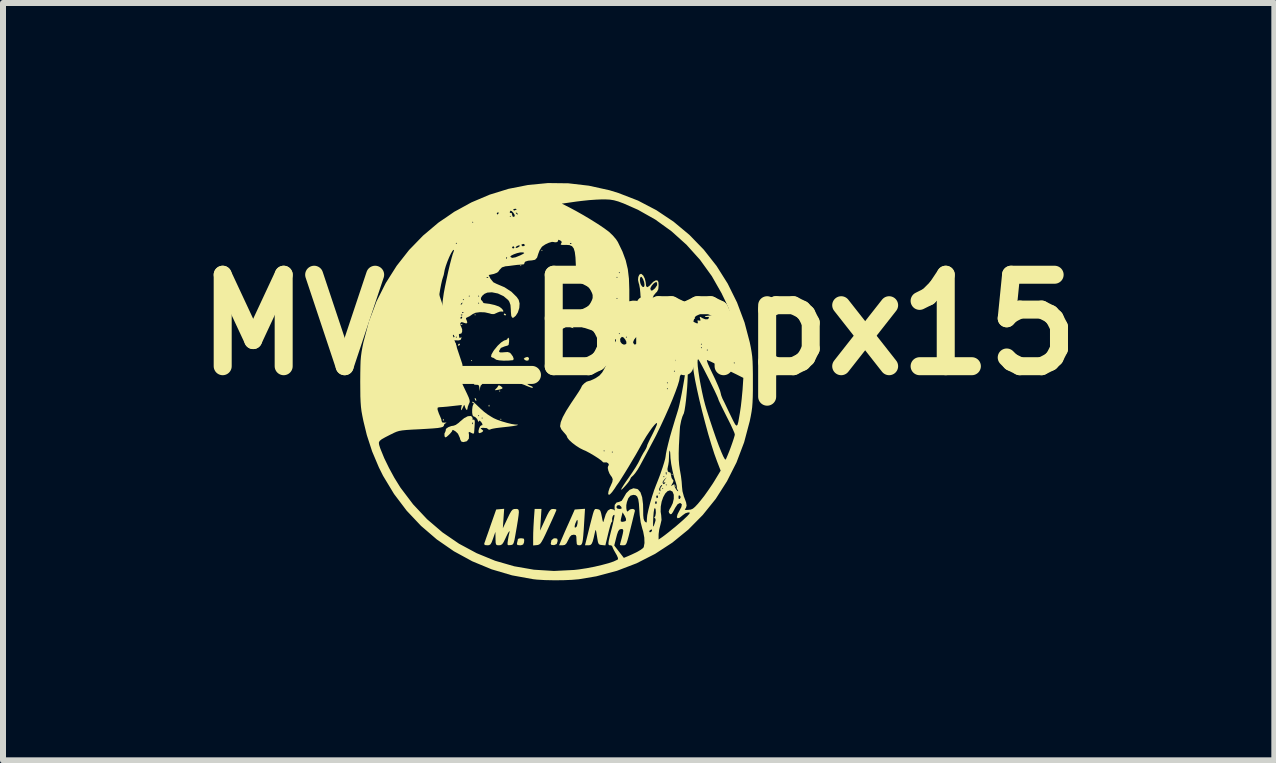
<source format=kicad_pcb>
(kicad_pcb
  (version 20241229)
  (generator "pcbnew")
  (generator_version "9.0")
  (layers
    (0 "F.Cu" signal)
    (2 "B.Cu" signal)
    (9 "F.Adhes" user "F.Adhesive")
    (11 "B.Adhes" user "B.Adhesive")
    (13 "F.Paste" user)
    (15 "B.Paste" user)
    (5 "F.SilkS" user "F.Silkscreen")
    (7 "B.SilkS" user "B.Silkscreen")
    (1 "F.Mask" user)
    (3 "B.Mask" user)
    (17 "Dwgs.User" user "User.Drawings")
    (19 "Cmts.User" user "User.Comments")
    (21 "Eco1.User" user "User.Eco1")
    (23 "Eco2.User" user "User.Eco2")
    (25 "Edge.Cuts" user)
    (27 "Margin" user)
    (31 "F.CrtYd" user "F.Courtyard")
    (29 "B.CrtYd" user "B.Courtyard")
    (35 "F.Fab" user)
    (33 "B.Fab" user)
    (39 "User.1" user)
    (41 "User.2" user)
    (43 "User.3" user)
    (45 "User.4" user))
  (footprint "MVA_Bmpx15"
    (layer "F.Cu")
    (at 7.591 2.362)
    (property "Reference" "MVA_Bmpx15" (at 0 0 0) (layer "F.SilkS") (effects (font (size 1.524 1.524) (thickness 0.3))))
    (attr board_only exclude_from_pos_files exclude_from_bom)
    (fp_poly (pts (xy -3.302 -0.01) (xy -3.312 0) (xy -3.322 -0.01) (xy -3.312 -0.02)) (stroke (width 0) (type solid)) (fill yes) (layer "F.SilkS"))
    (fp_poly (pts (xy -2.774 0.596) (xy -2.784 0.606) (xy -2.794 0.596) (xy -2.784 0.586)) (stroke (width 0) (type solid)) (fill yes) (layer "F.SilkS"))
    (fp_poly (pts (xy -2.716 -0.166) (xy -2.726 -0.156) (xy -2.735 -0.166) (xy -2.726 -0.176)) (stroke (width 0) (type solid)) (fill yes) (layer "F.SilkS"))
    (fp_poly (pts (xy -2.306 1.104) (xy -2.315 1.114) (xy -2.325 1.104) (xy -2.315 1.094)) (stroke (width 0) (type solid)) (fill yes) (layer "F.SilkS"))
    (fp_poly (pts (xy -2.286 1.573) (xy -2.296 1.583) (xy -2.306 1.573) (xy -2.296 1.563)) (stroke (width 0) (type solid)) (fill yes) (layer "F.SilkS"))
    (fp_poly (pts (xy -1.954 -0.987) (xy -1.964 -0.977) (xy -1.973 -0.987) (xy -1.964 -0.996)) (stroke (width 0) (type solid)) (fill yes) (layer "F.SilkS"))
    (fp_poly (pts (xy -1.602 -1.241) (xy -1.612 -1.231) (xy -1.622 -1.241) (xy -1.612 -1.25)) (stroke (width 0) (type solid)) (fill yes) (layer "F.SilkS"))
    (fp_poly (pts (xy -0.723 -0.791) (xy -0.733 -0.782) (xy -0.742 -0.791) (xy -0.733 -0.801)) (stroke (width 0) (type solid)) (fill yes) (layer "F.SilkS"))
    (fp_poly (pts (xy 0.02 -0.401) (xy 0.01 -0.391) (xy 0 -0.401) (xy 0.01 -0.41)) (stroke (width 0) (type solid)) (fill yes) (layer "F.SilkS"))
    (fp_poly (pts (xy 0.195 -0.342) (xy 0.186 -0.332) (xy 0.176 -0.342) (xy 0.186 -0.352)) (stroke (width 0) (type solid)) (fill yes) (layer "F.SilkS"))
    (fp_poly (pts (xy 0.234 -0.342) (xy 0.225 -0.332) (xy 0.215 -0.342) (xy 0.225 -0.352)) (stroke (width 0) (type solid)) (fill yes) (layer "F.SilkS"))
    (fp_poly (pts (xy 0.567 2.491) (xy 0.557 2.501) (xy 0.547 2.491) (xy 0.557 2.481)) (stroke (width 0) (type solid)) (fill yes) (layer "F.SilkS"))
    (fp_poly (pts (xy 0.625 2.687) (xy 0.615 2.696) (xy 0.606 2.687) (xy 0.615 2.677)) (stroke (width 0) (type solid)) (fill yes) (layer "F.SilkS"))
    (fp_poly (pts (xy 0.86 -0.107) (xy 0.85 -0.098) (xy 0.84 -0.107) (xy 0.85 -0.117)) (stroke (width 0) (type solid)) (fill yes) (layer "F.SilkS"))
    (fp_poly (pts (xy 0.938 -0.107) (xy 0.928 -0.098) (xy 0.918 -0.107) (xy 0.928 -0.117)) (stroke (width 0) (type solid)) (fill yes) (layer "F.SilkS"))
    (fp_poly (pts (xy -3.25 1.57) (xy -3.248 1.593) (xy -3.25 1.596) (xy -3.262 1.593) (xy -3.263 1.583) (xy -3.256 1.567)) (stroke (width 0) (type solid)) (fill yes) (layer "F.SilkS"))
    (fp_poly (pts (xy -2.937 -0.013) (xy -2.94 -0.001) (xy -2.95 0) (xy -2.966 -0.007) (xy -2.963 -0.013) (xy -2.94 -0.015)) (stroke (width 0) (type solid)) (fill yes) (layer "F.SilkS"))
    (fp_poly (pts (xy -2.488 1.335) (xy -2.486 1.358) (xy -2.488 1.361) (xy -2.5 1.358) (xy -2.501 1.348) (xy -2.494 1.332)) (stroke (width 0) (type solid)) (fill yes) (layer "F.SilkS"))
    (fp_poly (pts (xy -2.716 1.226) (xy -2.709 1.24) (xy -2.704 1.267) (xy -2.717 1.262) (xy -2.726 1.249) (xy -2.732 1.224) (xy -2.73 1.219)) (stroke (width 0) (type solid)) (fill yes) (layer "F.SilkS"))
    (fp_poly (pts (xy -2.977 0.325) (xy -2.98 0.332) (xy -2.997 0.351) (xy -3 0.352) (xy -3.009 0.337) (xy -3.009 0.332) (xy -2.994 0.313) (xy -2.988 0.313)) (stroke (width 0) (type solid)) (fill yes) (layer "F.SilkS"))
    (fp_poly (pts (xy -2.775 0.796) (xy -2.774 0.801) (xy -2.789 0.82) (xy -2.794 0.821) (xy -2.813 0.806) (xy -2.814 0.801) (xy -2.799 0.782) (xy -2.794 0.782)) (stroke (width 0) (type solid)) (fill yes) (layer "F.SilkS"))
    (fp_poly (pts (xy -2.227 -0.186) (xy -2.209 -0.168) (xy -2.208 -0.165) (xy -2.223 -0.157) (xy -2.227 -0.156) (xy -2.246 -0.171) (xy -2.247 -0.177) (xy -2.235 -0.189)) (stroke (width 0) (type solid)) (fill yes) (layer "F.SilkS"))
    (fp_poly (pts (xy -2.794 0.701) (xy -2.784 0.71) (xy -2.761 0.737) (xy -2.755 0.748) (xy -2.771 0.755) (xy -2.784 0.755) (xy -2.808 0.739) (xy -2.814 0.718) (xy -2.81 0.693)) (stroke (width 0) (type solid)) (fill yes) (layer "F.SilkS"))
    (fp_poly (pts (xy -1.83 0.549) (xy -1.827 0.567) (xy -1.84 0.595) (xy -1.874 0.596) (xy -1.895 0.586) (xy -1.915 0.567) (xy -1.899 0.55) (xy -1.895 0.547) (xy -1.855 0.534)) (stroke (width 0) (type solid)) (fill yes) (layer "F.SilkS"))
    (fp_poly (pts (xy -1.359 3.562) (xy -1.35 3.588) (xy -1.352 3.61) (xy -1.366 3.652) (xy -1.403 3.668) (xy -1.412 3.67) (xy -1.454 3.667) (xy -1.465 3.647) (xy -1.453 3.588) (xy -1.416 3.559) (xy -1.394 3.556)) (stroke (width 0) (type solid)) (fill yes) (layer "F.SilkS"))
    (fp_poly (pts (xy -2.302 1.019) (xy -2.296 1.023) (xy -2.269 1.047) (xy -2.273 1.063) (xy -2.309 1.076) (xy -2.345 1.083) (xy -2.387 1.09) (xy -2.396 1.085) (xy -2.382 1.071) (xy -2.352 1.038) (xy -2.343 1.02) (xy -2.33 1.006)) (stroke (width 0) (type solid)) (fill yes) (layer "F.SilkS"))
    (fp_poly (pts (xy -1.925 3.56) (xy -1.911 3.566) (xy -1.907 3.591) (xy -1.91 3.625) (xy -1.925 3.66) (xy -1.961 3.673) (xy -1.978 3.673) (xy -2.018 3.669) (xy -2.029 3.652) (xy -2.025 3.629) (xy -2.015 3.589) (xy -2.013 3.571) (xy -1.996 3.56) (xy -1.961 3.556)) (stroke (width 0) (type solid)) (fill yes) (layer "F.SilkS"))
    (fp_poly (pts (xy -2.622 0.968) (xy -2.608 0.978) (xy -2.609 0.995) (xy -2.616 0.996) (xy -2.632 1.013) (xy -2.643 1.05) (xy -2.651 1.104) (xy -2.654 1.049) (xy -2.662 1.01) (xy -2.686 0.999) (xy -2.699 1) (xy -2.736 0.997) (xy -2.749 0.985) (xy -2.738 0.971) (xy -2.703 0.963) (xy -2.659 0.961)) (stroke (width 0) (type solid)) (fill yes) (layer "F.SilkS"))
    (fp_poly (pts (xy -1.478 -0.13) (xy -1.474 -0.128) (xy -1.43 -0.114) (xy -1.37 -0.101) (xy -1.358 -0.099) (xy -1.259 -0.071) (xy -1.17 -0.021) (xy -1.127 0.013) (xy -1.09 0.046) (xy -1.086 0.057) (xy -1.115 0.048) (xy -1.142 0.036) (xy -1.185 0.024) (xy -1.219 0.038) (xy -1.227 0.046) (xy -1.286 0.075) (xy -1.351 0.071) (xy -1.411 0.033) (xy -1.416 0.028) (xy -1.452 -0.003) (xy -1.479 -0.013) (xy -1.482 -0.012) (xy -1.507 -0.015) (xy -1.524 -0.029) (xy -1.537 -0.055) (xy -1.518 -0.07) (xy -1.497 -0.095) (xy -1.499 -0.112) (xy -1.502 -0.134)) (stroke (width 0) (type solid)) (fill yes) (layer "F.SilkS"))
    (fp_poly (pts (xy -1.631 3.248) (xy -1.643 3.429) (xy -1.56 3.248) (xy -1.522 3.166) (xy -1.493 3.113) (xy -1.471 3.084) (xy -1.449 3.07) (xy -1.423 3.068) (xy -1.422 3.068) (xy -1.384 3.072) (xy -1.369 3.082) (xy -1.378 3.104) (xy -1.4 3.155) (xy -1.433 3.229) (xy -1.474 3.319) (xy -1.502 3.38) (xy -1.551 3.486) (xy -1.588 3.562) (xy -1.616 3.613) (xy -1.638 3.644) (xy -1.658 3.66) (xy -1.68 3.668) (xy -1.696 3.67) (xy -1.758 3.676) (xy -1.758 3.55) (xy -1.757 3.47) (xy -1.753 3.37) (xy -1.747 3.268) (xy -1.746 3.246) (xy -1.733 3.068) (xy -1.619 3.068)) (stroke (width 0) (type solid)) (fill yes) (layer "F.SilkS"))
    (fp_poly (pts (xy -2.249 0.811) (xy -2.169 0.844) (xy -2.12 0.892) (xy -2.091 0.91) (xy -2.037 0.928) (xy -1.994 0.938) (xy -1.929 0.954) (xy -1.876 0.975) (xy -1.856 0.987) (xy -1.821 1.01) (xy -1.802 1.016) (xy -1.772 1.03) (xy -1.768 1.036) (xy -1.763 1.049) (xy -1.775 1.051) (xy -1.809 1.04) (xy -1.871 1.016) (xy -1.905 1.001) (xy -1.976 0.976) (xy -2.048 0.959) (xy -2.134 0.95) (xy -2.214 0.947) (xy -2.306 0.943) (xy -2.367 0.938) (xy -2.408 0.928) (xy -2.437 0.912) (xy -2.454 0.897) (xy -2.481 0.866) (xy -2.481 0.843) (xy -2.451 0.827) (xy -2.386 0.814) (xy -2.35 0.809)) (stroke (width 0) (type solid)) (fill yes) (layer "F.SilkS"))
    (fp_poly (pts (xy -2.159 0.233) (xy -2.159 0.282) (xy -2.167 0.335) (xy -2.185 0.346) (xy -2.228 0.358) (xy -2.235 0.36) (xy -2.296 0.385) (xy -2.323 0.431) (xy -2.325 0.451) (xy -2.308 0.459) (xy -2.265 0.459) (xy -2.242 0.457) (xy -2.183 0.453) (xy -2.146 0.465) (xy -2.128 0.482) (xy -2.095 0.529) (xy -2.082 0.568) (xy -2.092 0.588) (xy -2.096 0.589) (xy -2.174 0.596) (xy -2.254 0.597) (xy -2.323 0.592) (xy -2.372 0.582) (xy -2.386 0.573) (xy -2.42 0.55) (xy -2.435 0.547) (xy -2.459 0.534) (xy -2.454 0.497) (xy -2.42 0.437) (xy -2.405 0.416) (xy -2.349 0.348) (xy -2.292 0.294) (xy -2.241 0.261) (xy -2.215 0.254) (xy -2.191 0.243) (xy -2.188 0.234) (xy -2.174 0.215) (xy -2.17 0.215)) (stroke (width 0) (type solid)) (fill yes) (layer "F.SilkS"))
    (fp_poly (pts (xy -0.907 3.276) (xy -0.915 3.411) (xy -0.923 3.511) (xy -0.93 3.582) (xy -0.939 3.628) (xy -0.95 3.656) (xy -0.965 3.669) (xy -0.983 3.673) (xy -0.989 3.673) (xy -1.018 3.669) (xy -1.031 3.651) (xy -1.035 3.607) (xy -1.036 3.585) (xy -1.038 3.531) (xy -1.047 3.505) (xy -1.071 3.498) (xy -1.085 3.497) (xy -1.12 3.505) (xy -1.147 3.533) (xy -1.174 3.585) (xy -1.202 3.639) (xy -1.228 3.666) (xy -1.263 3.673) (xy -1.27 3.673) (xy -1.326 3.673) (xy -1.287 3.58) (xy -1.263 3.524) (xy -1.228 3.443) (xy -1.189 3.355) (xy -1.067 3.355) (xy -1.063 3.379) (xy -1.058 3.38) (xy -1.036 3.365) (xy -1.028 3.349) (xy -1.018 3.304) (xy -1.017 3.276) (xy -1.02 3.249) (xy -1.031 3.258) (xy -1.034 3.263) (xy -1.056 3.312) (xy -1.067 3.355) (xy -1.189 3.355) (xy -1.187 3.351) (xy -1.156 3.282) (xy -1.065 3.077) (xy -0.894 3.065)) (stroke (width 0) (type solid)) (fill yes) (layer "F.SilkS"))
    (fp_poly (pts (xy -2.776 1.532) (xy -2.765 1.561) (xy -2.77 1.571) (xy -2.768 1.581) (xy -2.755 1.579) (xy -2.735 1.584) (xy -2.73 1.616) (xy -2.731 1.641) (xy -2.735 1.706) (xy -2.739 1.763) (xy -2.743 1.805) (xy -2.758 1.814) (xy -2.794 1.798) (xy -2.798 1.795) (xy -2.825 1.784) (xy -2.833 1.796) (xy -2.827 1.834) (xy -2.829 1.896) (xy -2.862 1.939) (xy -2.92 1.954) (xy -2.953 1.946) (xy -2.972 1.914) (xy -2.978 1.886) (xy -3.011 1.814) (xy -3.049 1.777) (xy -3.085 1.755) (xy -3.102 1.751) (xy -3.102 1.754) (xy -3.112 1.777) (xy -3.143 1.814) (xy -3.16 1.831) (xy -3.199 1.866) (xy -3.22 1.876) (xy -3.231 1.864) (xy -3.235 1.852) (xy -3.236 1.811) (xy -3.227 1.793) (xy -3.214 1.762) (xy -3.216 1.751) (xy -3.206 1.729) (xy -3.171 1.705) (xy -3.123 1.687) (xy -3.081 1.68) (xy -3.047 1.667) (xy -3.01 1.641) (xy -2.774 1.641) (xy -2.767 1.657) (xy -2.761 1.654) (xy -2.759 1.631) (xy -2.761 1.628) (xy -2.773 1.631) (xy -2.774 1.641) (xy -3.01 1.641) (xy -3 1.634) (xy -2.973 1.609) (xy -2.907 1.554) (xy -2.847 1.523) (xy -2.798 1.519)) (stroke (width 0) (type solid)) (fill yes) (layer "F.SilkS"))
    (fp_poly (pts (xy -2.263 3.39) (xy -2.187 3.229) (xy -2.15 3.152) (xy -2.123 3.105) (xy -2.1 3.079) (xy -2.076 3.069) (xy -2.052 3.068) (xy -2.026 3.068) (xy -2.009 3.074) (xy -1.999 3.09) (xy -1.996 3.122) (xy -2.001 3.174) (xy -2.012 3.253) (xy -2.03 3.363) (xy -2.038 3.409) (xy -2.056 3.512) (xy -2.069 3.583) (xy -2.081 3.628) (xy -2.093 3.653) (xy -2.109 3.665) (xy -2.13 3.669) (xy -2.137 3.67) (xy -2.171 3.672) (xy -2.185 3.661) (xy -2.184 3.627) (xy -2.179 3.592) (xy -2.169 3.531) (xy -2.159 3.483) (xy -2.156 3.473) (xy -2.15 3.441) (xy -2.158 3.441) (xy -2.177 3.47) (xy -2.205 3.525) (xy -2.219 3.556) (xy -2.25 3.62) (xy -2.274 3.655) (xy -2.3 3.67) (xy -2.328 3.673) (xy -2.359 3.671) (xy -2.376 3.659) (xy -2.383 3.628) (xy -2.385 3.567) (xy -2.385 3.561) (xy -2.387 3.449) (xy -2.426 3.561) (xy -2.449 3.623) (xy -2.469 3.657) (xy -2.493 3.671) (xy -2.523 3.673) (xy -2.564 3.669) (xy -2.573 3.651) (xy -2.571 3.639) (xy -2.56 3.609) (xy -2.54 3.55) (xy -2.511 3.469) (xy -2.478 3.374) (xy -2.467 3.341) (xy -2.374 3.077) (xy -2.307 3.071) (xy -2.241 3.065)) (stroke (width 0) (type solid)) (fill yes) (layer "F.SilkS"))
    (fp_poly (pts (xy 0.046 -0.848) (xy 0.077 -0.82) (xy 0.103 -0.768) (xy 0.117 -0.709) (xy 0.118 -0.698) (xy 0.124 -0.644) (xy 0.144 -0.627) (xy 0.177 -0.647) (xy 0.202 -0.675) (xy 0.243 -0.717) (xy 0.283 -0.74) (xy 0.294 -0.742) (xy 0.318 -0.736) (xy 0.329 -0.711) (xy 0.332 -0.658) (xy 0.332 -0.656) (xy 0.327 -0.593) (xy 0.306 -0.552) (xy 0.285 -0.532) (xy 0.248 -0.486) (xy 0.231 -0.438) (xy 0.219 -0.396) (xy 0.188 -0.378) (xy 0.166 -0.375) (xy 0.11 -0.38) (xy 0.069 -0.397) (xy 0.044 -0.428) (xy 0.031 -0.478) (xy 0.028 -0.53) (xy 0.021 -0.602) (xy 0.195 -0.602) (xy 0.205 -0.571) (xy 0.232 -0.574) (xy 0.273 -0.609) (xy 0.308 -0.661) (xy 0.306 -0.701) (xy 0.299 -0.71) (xy 0.277 -0.709) (xy 0.246 -0.685) (xy 0.216 -0.65) (xy 0.197 -0.614) (xy 0.195 -0.602) (xy 0.021 -0.602) (xy 0.021 -0.603) (xy 0.009 -0.669) (xy 0.001 -0.694) (xy -0.01 -0.745) (xy 0.02 -0.745) (xy 0.027 -0.697) (xy 0.04 -0.663) (xy 0.066 -0.631) (xy 0.089 -0.631) (xy 0.098 -0.663) (xy 0.091 -0.713) (xy 0.073 -0.762) (xy 0.052 -0.795) (xy 0.04 -0.801) (xy 0.024 -0.785) (xy 0.02 -0.745) (xy -0.01 -0.745) (xy -0.011 -0.746) (xy -0.006 -0.797) (xy 0.011 -0.836) (xy 0.037 -0.85)) (stroke (width 0) (type solid)) (fill yes) (layer "F.SilkS"))
    (fp_poly (pts (xy -2.733 1.302) (xy -2.721 1.314) (xy -2.641 1.391) (xy -2.577 1.448) (xy -2.517 1.493) (xy -2.452 1.534) (xy -2.414 1.556) (xy -2.358 1.581) (xy -2.281 1.608) (xy -2.196 1.633) (xy -2.118 1.652) (xy -2.06 1.661) (xy -2.053 1.661) (xy -2.016 1.663) (xy -2.013 1.669) (xy -2.04 1.677) (xy -2.095 1.687) (xy -2.172 1.697) (xy -2.191 1.699) (xy -2.3 1.711) (xy -2.378 1.721) (xy -2.429 1.73) (xy -2.461 1.738) (xy -2.477 1.746) (xy -2.5 1.747) (xy -2.504 1.741) (xy -2.532 1.721) (xy -2.594 1.716) (xy -2.607 1.717) (xy -2.633 1.721) (xy -2.625 1.734) (xy -2.612 1.744) (xy -2.59 1.764) (xy -2.6 1.781) (xy -2.617 1.792) (xy -2.65 1.805) (xy -2.665 1.8) (xy -2.669 1.77) (xy -2.659 1.728) (xy -2.642 1.691) (xy -2.623 1.675) (xy -2.621 1.675) (xy -2.601 1.67) (xy -2.609 1.641) (xy -2.627 1.616) (xy -2.65 1.594) (xy -2.663 1.606) (xy -2.663 1.606) (xy -2.672 1.621) (xy -2.675 1.606) (xy -2.691 1.569) (xy -2.707 1.553) (xy -2.618 1.553) (xy -2.608 1.563) (xy -2.599 1.553) (xy -2.608 1.544) (xy -2.618 1.553) (xy -2.707 1.553) (xy -2.724 1.536) (xy -2.754 1.524) (xy -2.761 1.514) (xy -2.677 1.514) (xy -2.667 1.524) (xy -2.657 1.514) (xy -2.667 1.504) (xy -2.677 1.514) (xy -2.761 1.514) (xy -2.767 1.507) (xy -2.774 1.465) (xy -2.774 1.412) (xy -2.768 1.362) (xy -2.757 1.328) (xy -2.75 1.322) (xy -2.736 1.313) (xy -2.75 1.311) (xy -2.773 1.294) (xy -2.774 1.285) (xy -2.763 1.281)) (stroke (width 0) (type solid)) (fill yes) (layer "F.SilkS"))
    (fp_poly (pts (xy -1.172 -2.358) (xy -0.829 -2.318) (xy -0.485 -2.242) (xy -0.336 -2.196) (xy -0.011 -2.07) (xy 0.295 -1.91) (xy 0.581 -1.719) (xy 0.845 -1.499) (xy 1.084 -1.253) (xy 1.298 -0.981) (xy 1.483 -0.687) (xy 1.639 -0.372) (xy 1.764 -0.039) (xy 1.851 0.291) (xy 1.869 0.38) (xy 1.882 0.456) (xy 1.892 0.53) (xy 1.898 0.61) (xy 1.901 0.704) (xy 1.903 0.821) (xy 1.903 0.948) (xy 1.903 1.091) (xy 1.901 1.205) (xy 1.897 1.296) (xy 1.891 1.375) (xy 1.881 1.448) (xy 1.867 1.526) (xy 1.851 1.604) (xy 1.757 1.958) (xy 1.63 2.293) (xy 1.471 2.607) (xy 1.284 2.9) (xy 1.068 3.168) (xy 0.827 3.412) (xy 0.562 3.628) (xy 0.274 3.816) (xy -0.034 3.973) (xy -0.361 4.098) (xy -0.705 4.19) (xy -0.996 4.239) (xy -1.115 4.249) (xy -1.259 4.255) (xy -1.412 4.256) (xy -1.563 4.253) (xy -1.696 4.245) (xy -1.758 4.238) (xy -2.11 4.174) (xy -2.449 4.074) (xy -2.772 3.94) (xy -3.078 3.773) (xy -3.363 3.576) (xy -3.626 3.35) (xy -3.865 3.097) (xy -4.076 2.818) (xy -4.259 2.515) (xy -4.329 2.374) (xy -4.441 2.109) (xy -4.488 1.964) (xy -4.329 1.964) (xy -4.324 2.001) (xy -4.308 2.051) (xy -4.299 2.075) (xy -4.239 2.222) (xy -4.16 2.384) (xy -4.071 2.548) (xy -3.978 2.698) (xy -3.967 2.715) (xy -3.758 2.991) (xy -3.525 3.239) (xy -3.269 3.458) (xy -2.993 3.647) (xy -2.699 3.805) (xy -2.392 3.931) (xy -2.073 4.023) (xy -1.745 4.08) (xy -1.411 4.101) (xy -1.074 4.084) (xy -0.995 4.075) (xy -0.865 4.055) (xy -0.735 4.03) (xy -0.612 4.001) (xy -0.504 3.972) (xy -0.417 3.943) (xy -0.359 3.916) (xy -0.345 3.907) (xy -0.345 3.884) (xy -0.364 3.84) (xy -0.383 3.807) (xy -0.413 3.754) (xy -0.433 3.712) (xy -0.436 3.698) (xy -0.453 3.677) (xy -0.453 3.677) (xy -0.407 3.677) (xy -0.247 3.883) (xy -0.177 3.854) (xy -0.116 3.827) (xy -0.044 3.793) (xy -0.017 3.779) (xy 0.037 3.747) (xy 0.076 3.716) (xy 0.085 3.702) (xy 0.097 3.635) (xy 0.095 3.578) (xy 0.332 3.578) (xy 0.396 3.534) (xy 0.439 3.502) (xy 0.502 3.453) (xy 0.573 3.395) (xy 0.606 3.369) (xy 0.677 3.308) (xy 0.743 3.25) (xy 0.794 3.202) (xy 0.81 3.187) (xy 0.844 3.149) (xy 0.853 3.131) (xy 0.838 3.126) (xy 0.823 3.126) (xy 0.78 3.139) (xy 0.734 3.172) (xy 0.731 3.175) (xy 0.681 3.215) (xy 0.648 3.223) (xy 0.636 3.202) (xy 0.648 3.156) (xy 0.673 3.108) (xy 0.711 3.037) (xy 0.72 2.992) (xy 0.7 2.972) (xy 0.685 2.97) (xy 0.649 2.989) (xy 0.61 3.046) (xy 0.603 3.059) (xy 0.57 3.121) (xy 0.548 3.151) (xy 0.529 3.156) (xy 0.51 3.138) (xy 0.509 3.138) (xy 0.5 3.112) (xy 0.513 3.076) (xy 0.537 3.037) (xy 0.568 2.972) (xy 0.585 2.898) (xy 0.585 2.872) (xy 0.664 2.872) (xy 0.668 2.903) (xy 0.683 2.9) (xy 0.688 2.896) (xy 0.701 2.869) (xy 0.688 2.849) (xy 0.67 2.839) (xy 0.664 2.863) (xy 0.664 2.872) (xy 0.585 2.872) (xy 0.585 2.831) (xy 0.566 2.783) (xy 0.563 2.778) (xy 0.523 2.758) (xy 0.482 2.771) (xy 0.443 2.81) (xy 0.409 2.871) (xy 0.383 2.945) (xy 0.368 3.028) (xy 0.366 3.114) (xy 0.375 3.17) (xy 0.381 3.251) (xy 0.362 3.333) (xy 0.343 3.407) (xy 0.333 3.482) (xy 0.332 3.499) (xy 0.332 3.578) (xy 0.095 3.578) (xy 0.094 3.546) (xy 0.076 3.448) (xy 0.074 3.441) (xy 0.176 3.441) (xy 0.187 3.458) (xy 0.208 3.45) (xy 0.222 3.43) (xy 0.221 3.41) (xy 0.204 3.413) (xy 0.179 3.432) (xy 0.176 3.441) (xy 0.074 3.441) (xy 0.059 3.391) (xy 0.037 3.304) (xy 0.24 3.304) (xy 0.24 3.349) (xy 0.244 3.362) (xy 0.252 3.349) (xy 0.265 3.313) (xy 0.265 3.313) (xy 0.281 3.261) (xy 0.28 3.232) (xy 0.269 3.221) (xy 0.257 3.207) (xy 0.264 3.205) (xy 0.277 3.187) (xy 0.285 3.143) (xy 0.286 3.125) (xy 0.283 3.075) (xy 0.272 3.053) (xy 0.268 3.053) (xy 0.258 3.074) (xy 0.25 3.125) (xy 0.244 3.197) (xy 0.243 3.225) (xy 0.24 3.304) (xy 0.037 3.304) (xy 0.034 3.293) (xy 0.017 3.169) (xy 0.011 3.084) (xy 0.004 2.978) (xy -0.007 2.906) (xy -0.025 2.861) (xy -0.052 2.839) (xy -0.088 2.833) (xy -0.136 2.846) (xy -0.172 2.888) (xy -0.196 2.953) (xy -0.206 3.004) (xy -0.206 3.053) (xy -0.2 3.092) (xy -0.189 3.112) (xy -0.174 3.102) (xy -0.173 3.1) (xy -0.145 3.076) (xy -0.108 3.067) (xy -0.076 3.073) (xy -0.062 3.095) (xy -0.063 3.102) (xy -0.071 3.132) (xy -0.086 3.193) (xy -0.106 3.276) (xy -0.13 3.373) (xy -0.138 3.405) (xy -0.164 3.51) (xy -0.184 3.584) (xy -0.199 3.631) (xy -0.213 3.658) (xy -0.229 3.67) (xy -0.248 3.673) (xy -0.258 3.673) (xy -0.297 3.672) (xy -0.312 3.668) (xy -0.308 3.648) (xy -0.296 3.602) (xy -0.283 3.556) (xy -0.264 3.478) (xy -0.256 3.431) (xy -0.262 3.408) (xy -0.281 3.402) (xy -0.297 3.403) (xy -0.322 3.413) (xy -0.341 3.44) (xy -0.36 3.493) (xy -0.373 3.543) (xy -0.407 3.677) (xy -0.453 3.677) (xy -0.472 3.673) (xy -0.491 3.672) (xy -0.501 3.663) (xy -0.504 3.642) (xy -0.499 3.602) (xy -0.485 3.538) (xy -0.462 3.444) (xy -0.45 3.4) (xy -0.429 3.312) (xy -0.416 3.253) (xy -0.299 3.253) (xy -0.297 3.276) (xy -0.276 3.282) (xy -0.264 3.282) (xy -0.225 3.273) (xy -0.21 3.258) (xy -0.213 3.226) (xy -0.233 3.181) (xy -0.235 3.179) (xy -0.268 3.124) (xy -0.288 3.203) (xy -0.299 3.253) (xy -0.416 3.253) (xy -0.413 3.238) (xy -0.404 3.187) (xy -0.403 3.166) (xy -0.419 3.169) (xy -0.435 3.195) (xy -0.443 3.23) (xy -0.442 3.248) (xy -0.441 3.277) (xy -0.448 3.282) (xy -0.458 3.3) (xy -0.474 3.348) (xy -0.493 3.418) (xy -0.508 3.479) (xy -0.555 3.675) (xy -0.614 3.669) (xy -0.646 3.664) (xy -0.665 3.651) (xy -0.678 3.621) (xy -0.688 3.565) (xy -0.694 3.527) (xy -0.705 3.458) (xy -0.712 3.424) (xy -0.719 3.42) (xy -0.726 3.444) (xy -0.729 3.457) (xy -0.75 3.551) (xy -0.767 3.613) (xy -0.784 3.65) (xy -0.804 3.668) (xy -0.83 3.673) (xy -0.839 3.673) (xy -0.894 3.673) (xy -0.837 3.444) (xy -0.805 3.315) (xy -0.78 3.219) (xy -0.762 3.151) (xy -0.748 3.107) (xy -0.736 3.082) (xy -0.725 3.07) (xy -0.712 3.068) (xy -0.696 3.07) (xy -0.688 3.071) (xy -0.658 3.078) (xy -0.639 3.098) (xy -0.626 3.138) (xy -0.614 3.195) (xy -0.602 3.257) (xy -0.594 3.284) (xy -0.587 3.282) (xy -0.579 3.253) (xy -0.548 3.155) (xy -0.513 3.094) (xy -0.472 3.069) (xy -0.461 3.068) (xy -0.42 3.077) (xy -0.402 3.092) (xy -0.397 3.093) (xy -0.401 3.064) (xy -0.401 3.061) (xy -0.401 3.04) (xy -0.371 3.04) (xy -0.354 3.062) (xy -0.322 3.068) (xy -0.287 3.064) (xy -0.285 3.045) (xy -0.293 3.029) (xy -0.321 3.004) (xy -0.352 3.006) (xy -0.371 3.032) (xy -0.371 3.04) (xy -0.401 3.04) (xy -0.399 3) (xy -0.369 2.961) (xy -0.325 2.95) (xy -0.283 2.932) (xy -0.258 2.893) (xy -0.207 2.805) (xy -0.149 2.748) (xy -0.087 2.723) (xy -0.025 2.735) (xy -0.011 2.742) (xy 0.03 2.791) (xy 0.058 2.873) (xy 0.073 2.989) (xy 0.075 3.084) (xy 0.076 3.173) (xy 0.082 3.231) (xy 0.095 3.266) (xy 0.105 3.279) (xy 0.125 3.295) (xy 0.134 3.287) (xy 0.137 3.247) (xy 0.137 3.233) (xy 0.143 3.172) (xy 0.162 3.083) (xy 0.189 2.978) (xy 0.194 2.959) (xy 0.274 2.959) (xy 0.28 2.987) (xy 0.297 2.979) (xy 0.302 2.971) (xy 0.3 2.946) (xy 0.293 2.941) (xy 0.276 2.945) (xy 0.274 2.959) (xy 0.194 2.959) (xy 0.222 2.865) (xy 0.223 2.861) (xy 0.293 2.861) (xy 0.3 2.889) (xy 0.316 2.881) (xy 0.322 2.874) (xy 0.319 2.848) (xy 0.313 2.843) (xy 0.296 2.847) (xy 0.293 2.861) (xy 0.223 2.861) (xy 0.242 2.804) (xy 0.332 2.804) (xy 0.342 2.814) (xy 0.352 2.804) (xy 0.342 2.794) (xy 0.332 2.804) (xy 0.242 2.804) (xy 0.258 2.754) (xy 0.267 2.731) (xy 0.342 2.731) (xy 0.342 2.755) (xy 0.36 2.774) (xy 0.363 2.759) (xy 0.36 2.747) (xy 0.361 2.726) (xy 0.391 2.726) (xy 0.401 2.735) (xy 0.41 2.726) (xy 0.401 2.716) (xy 0.391 2.726) (xy 0.361 2.726) (xy 0.362 2.716) (xy 0.37 2.707) (xy 0.39 2.679) (xy 0.391 2.671) (xy 0.382 2.668) (xy 0.36 2.692) (xy 0.342 2.731) (xy 0.267 2.731) (xy 0.291 2.667) (xy 0.449 2.667) (xy 0.459 2.677) (xy 0.469 2.667) (xy 0.459 2.657) (xy 0.449 2.667) (xy 0.291 2.667) (xy 0.296 2.655) (xy 0.303 2.638) (xy 0.304 2.635) (xy 0.399 2.635) (xy 0.399 2.636) (xy 0.419 2.656) (xy 0.438 2.639) (xy 0.441 2.635) (xy 0.444 2.621) (xy 0.433 2.626) (xy 0.413 2.632) (xy 0.415 2.613) (xy 0.44 2.576) (xy 0.444 2.571) (xy 0.464 2.545) (xy 0.461 2.546) (xy 0.432 2.572) (xy 0.404 2.607) (xy 0.399 2.635) (xy 0.304 2.635) (xy 0.334 2.559) (xy 0.345 2.53) (xy 0.41 2.53) (xy 0.42 2.54) (xy 0.43 2.53) (xy 0.42 2.52) (xy 0.41 2.53) (xy 0.345 2.53) (xy 0.367 2.47) (xy 0.451 2.47) (xy 0.455 2.495) (xy 0.461 2.496) (xy 0.466 2.469) (xy 0.463 2.458) (xy 0.454 2.451) (xy 0.451 2.47) (xy 0.367 2.47) (xy 0.367 2.469) (xy 0.389 2.404) (xy 0.479 2.404) (xy 0.486 2.442) (xy 0.506 2.457) (xy 0.515 2.456) (xy 0.532 2.466) (xy 0.539 2.506) (xy 0.549 2.552) (xy 0.567 2.579) (xy 0.581 2.597) (xy 0.571 2.628) (xy 0.558 2.651) (xy 0.541 2.681) (xy 0.544 2.685) (xy 0.548 2.682) (xy 0.577 2.662) (xy 0.598 2.658) (xy 0.598 2.673) (xy 0.598 2.674) (xy 0.601 2.699) (xy 0.62 2.735) (xy 0.643 2.766) (xy 0.658 2.774) (xy 0.657 2.762) (xy 0.647 2.748) (xy 0.634 2.721) (xy 0.636 2.712) (xy 0.636 2.689) (xy 0.624 2.644) (xy 0.618 2.625) (xy 0.589 2.536) (xy 0.563 2.428) (xy 0.542 2.318) (xy 0.53 2.22) (xy 0.528 2.176) (xy 0.525 2.125) (xy 0.52 2.097) (xy 0.516 2.096) (xy 0.509 2.12) (xy 0.506 2.171) (xy 0.505 2.208) (xy 0.502 2.277) (xy 0.493 2.336) (xy 0.488 2.356) (xy 0.479 2.404) (xy 0.389 2.404) (xy 0.398 2.379) (xy 0.424 2.296) (xy 0.442 2.231) (xy 0.449 2.192) (xy 0.449 2.191) (xy 0.455 2.147) (xy 0.47 2.072) (xy 0.493 1.977) (xy 0.521 1.868) (xy 0.554 1.753) (xy 0.579 1.671) (xy 0.607 1.577) (xy 0.634 1.491) (xy 0.655 1.422) (xy 0.665 1.387) (xy 0.68 1.325) (xy 0.699 1.236) (xy 0.72 1.131) (xy 0.74 1.02) (xy 0.758 0.916) (xy 0.771 0.83) (xy 0.772 0.816) (xy 0.783 0.755) (xy 0.795 0.715) (xy 0.805 0.703) (xy 0.813 0.722) (xy 0.817 0.772) (xy 0.817 0.846) (xy 0.814 0.939) (xy 0.808 1.042) (xy 0.799 1.149) (xy 0.789 1.253) (xy 0.777 1.347) (xy 0.765 1.423) (xy 0.753 1.475) (xy 0.744 1.493) (xy 0.728 1.53) (xy 0.709 1.594) (xy 0.692 1.678) (xy 0.69 1.69) (xy 0.687 1.723) (xy 0.683 1.787) (xy 0.678 1.873) (xy 0.673 1.973) (xy 0.671 2.004) (xy 0.667 2.139) (xy 0.668 2.246) (xy 0.675 2.336) (xy 0.687 2.421) (xy 0.69 2.434) (xy 0.705 2.523) (xy 0.716 2.612) (xy 0.721 2.683) (xy 0.721 2.687) (xy 0.73 2.773) (xy 0.754 2.862) (xy 0.761 2.879) (xy 0.79 2.958) (xy 0.799 3.012) (xy 0.788 3.05) (xy 0.777 3.065) (xy 0.768 3.08) (xy 0.787 3.085) (xy 0.83 3.083) (xy 0.869 3.078) (xy 0.903 3.063) (xy 0.939 3.033) (xy 0.986 2.983) (xy 1.026 2.935) (xy 1.091 2.853) (xy 1.162 2.753) (xy 1.23 2.653) (xy 1.256 2.612) (xy 1.366 2.43) (xy 1.306 2.275) (xy 1.26 2.148) (xy 1.211 1.994) (xy 1.159 1.82) (xy 1.108 1.633) (xy 1.058 1.442) (xy 1.012 1.254) (xy 0.972 1.075) (xy 0.939 0.915) (xy 0.916 0.779) (xy 0.908 0.713) (xy 0.896 0.625) (xy 0.981 0.625) (xy 0.985 0.693) (xy 0.996 0.781) (xy 1.012 0.885) (xy 1.032 0.997) (xy 1.055 1.113) (xy 1.08 1.226) (xy 1.107 1.331) (xy 1.126 1.397) (xy 1.183 1.576) (xy 1.238 1.741) (xy 1.289 1.889) (xy 1.336 2.016) (xy 1.377 2.118) (xy 1.41 2.193) (xy 1.435 2.237) (xy 1.447 2.247) (xy 1.458 2.23) (xy 1.478 2.183) (xy 1.506 2.115) (xy 1.53 2.052) (xy 1.56 1.968) (xy 1.584 1.896) (xy 1.599 1.845) (xy 1.602 1.825) (xy 1.594 1.798) (xy 1.57 1.743) (xy 1.535 1.666) (xy 1.49 1.576) (xy 1.465 1.527) (xy 1.418 1.433) (xy 1.378 1.352) (xy 1.348 1.289) (xy 1.331 1.251) (xy 1.329 1.243) (xy 1.32 1.218) (xy 1.297 1.166) (xy 1.263 1.093) (xy 1.22 1.006) (xy 1.174 0.912) (xy 1.126 0.818) (xy 1.081 0.73) (xy 1.042 0.656) (xy 1.012 0.602) (xy 1.001 0.586) (xy 1.137 0.586) (xy 1.138 0.602) (xy 1.153 0.646) (xy 1.181 0.71) (xy 1.203 0.757) (xy 1.273 0.903) (xy 1.323 1.016) (xy 1.355 1.095) (xy 1.367 1.14) (xy 1.368 1.145) (xy 1.376 1.178) (xy 1.396 1.229) (xy 1.404 1.245) (xy 1.428 1.293) (xy 1.463 1.366) (xy 1.504 1.452) (xy 1.536 1.518) (xy 1.578 1.604) (xy 1.608 1.659) (xy 1.629 1.68) (xy 1.646 1.668) (xy 1.66 1.619) (xy 1.675 1.534) (xy 1.687 1.464) (xy 1.703 1.356) (xy 1.717 1.231) (xy 1.728 1.112) (xy 1.731 1.082) (xy 1.744 0.884) (xy 1.629 0.826) (xy 1.559 0.792) (xy 1.47 0.747) (xy 1.375 0.699) (xy 1.333 0.678) (xy 1.257 0.64) (xy 1.247 0.635) (xy 1.583 0.635) (xy 1.592 0.645) (xy 1.602 0.635) (xy 1.592 0.625) (xy 1.583 0.635) (xy 1.247 0.635) (xy 1.193 0.609) (xy 1.162 0.596) (xy 1.524 0.596) (xy 1.534 0.606) (xy 1.544 0.596) (xy 1.534 0.586) (xy 1.524 0.596) (xy 1.162 0.596) (xy 1.15 0.59) (xy 1.137 0.586) (xy 1.001 0.586) (xy 0.995 0.576) (xy 0.993 0.574) (xy 0.983 0.583) (xy 0.981 0.625) (xy 0.896 0.625) (xy 0.892 0.596) (xy 0.884 0.553) (xy 1.449 0.553) (xy 1.454 0.564) (xy 1.473 0.585) (xy 1.485 0.58) (xy 1.485 0.578) (xy 1.471 0.561) (xy 1.462 0.555) (xy 1.449 0.553) (xy 0.884 0.553) (xy 0.88 0.537) (xy 1.387 0.537) (xy 1.397 0.547) (xy 1.407 0.537) (xy 1.397 0.528) (xy 1.387 0.537) (xy 0.88 0.537) (xy 0.876 0.515) (xy 0.856 0.468) (xy 0.838 0.454) (xy 0.812 0.465) (xy 0.789 0.513) (xy 0.783 0.532) (xy 0.763 0.595) (xy 0.745 0.649) (xy 0.74 0.66) (xy 0.727 0.715) (xy 0.723 0.762) (xy 0.717 0.807) (xy 0.703 0.83) (xy 0.687 0.858) (xy 0.684 0.88) (xy 0.675 0.93) (xy 0.651 1.01) (xy 0.613 1.116) (xy 0.564 1.241) (xy 0.505 1.381) (xy 0.438 1.531) (xy 0.366 1.686) (xy 0.293 1.837) (xy 0.266 1.889) (xy 0.225 1.966) (xy 0.17 2.07) (xy 0.099 2.203) (xy 0.025 2.34) (xy -0.016 2.411) (xy -0.057 2.47) (xy -0.089 2.508) (xy -0.094 2.512) (xy -0.127 2.543) (xy -0.138 2.566) (xy -0.149 2.589) (xy -0.175 2.627) (xy -0.211 2.67) (xy -0.247 2.71) (xy -0.276 2.739) (xy -0.292 2.747) (xy -0.293 2.744) (xy -0.282 2.721) (xy -0.253 2.674) (xy -0.21 2.609) (xy -0.161 2.539) (xy -0.104 2.456) (xy -0.051 2.374) (xy -0.01 2.305) (xy 0.01 2.266) (xy 0.044 2.197) (xy 0.081 2.13) (xy 0.093 2.112) (xy 0.121 2.065) (xy 0.136 2.031) (xy 0.137 2.025) (xy 0.145 1.999) (xy 0.168 1.948) (xy 0.2 1.881) (xy 0.213 1.857) (xy 0.25 1.782) (xy 0.281 1.716) (xy 0.301 1.669) (xy 0.303 1.661) (xy 0.306 1.636) (xy 0.291 1.64) (xy 0.262 1.669) (xy 0.223 1.717) (xy 0.178 1.781) (xy 0.128 1.856) (xy 0.079 1.938) (xy 0.047 1.994) (xy 0.003 2.074) (xy -0.051 2.169) (xy -0.112 2.271) (xy -0.173 2.374) (xy -0.232 2.47) (xy -0.284 2.553) (xy -0.324 2.616) (xy -0.346 2.647) (xy -0.367 2.676) (xy -0.396 2.721) (xy -0.399 2.726) (xy -0.443 2.787) (xy -0.479 2.825) (xy -0.497 2.833) (xy -0.508 2.817) (xy -0.503 2.776) (xy -0.485 2.72) (xy -0.469 2.687) (xy -0.439 2.619) (xy -0.432 2.573) (xy -0.447 2.535) (xy -0.46 2.52) (xy -0.486 2.479) (xy -0.506 2.428) (xy -0.515 2.383) (xy -0.509 2.355) (xy -0.507 2.354) (xy -0.496 2.331) (xy -0.509 2.305) (xy -0.537 2.291) (xy -0.55 2.292) (xy -0.584 2.293) (xy -0.596 2.286) (xy -0.623 2.26) (xy -0.674 2.223) (xy -0.741 2.18) (xy -0.812 2.138) (xy -0.846 2.12) (xy -0.449 2.12) (xy -0.44 2.13) (xy -0.43 2.12) (xy -0.44 2.11) (xy -0.449 2.12) (xy -0.846 2.12) (xy -0.878 2.103) (xy -0.884 2.1) (xy -0.586 2.1) (xy -0.576 2.11) (xy -0.567 2.1) (xy -0.576 2.091) (xy -0.586 2.1) (xy -0.884 2.1) (xy -0.922 2.084) (xy -0.98 2.055) (xy -1.044 2.014) (xy -1.106 1.967) (xy -1.157 1.92) (xy -1.187 1.882) (xy -1.192 1.868) (xy -1.205 1.84) (xy -1.238 1.801) (xy -1.25 1.788) (xy -1.288 1.742) (xy -1.308 1.696) (xy -1.309 1.687) (xy -1.298 1.622) (xy -1.265 1.539) (xy -1.208 1.434) (xy -1.125 1.304) (xy -1.1 1.267) (xy -1.047 1.188) (xy -1.002 1.12) (xy -0.971 1.07) (xy -0.968 1.065) (xy 0.469 1.065) (xy 0.479 1.075) (xy 0.488 1.065) (xy 0.479 1.055) (xy 0.469 1.065) (xy -0.968 1.065) (xy -0.958 1.045) (xy -0.957 1.044) (xy -0.943 1.014) (xy -0.908 0.977) (xy -0.894 0.967) (xy 0.469 0.967) (xy 0.479 0.977) (xy 0.488 0.967) (xy 0.479 0.957) (xy 0.469 0.967) (xy -0.894 0.967) (xy -0.868 0.948) (xy -0.839 0.938) (xy -0.804 0.929) (xy -0.75 0.905) (xy -0.715 0.887) (xy -0.654 0.846) (xy -0.608 0.794) (xy -0.595 0.772) (xy 0.586 0.772) (xy 0.596 0.782) (xy 0.606 0.772) (xy 0.596 0.762) (xy 0.586 0.772) (xy -0.595 0.772) (xy -0.566 0.721) (xy -0.527 0.639) (xy -0.512 0.604) (xy 0.61 0.604) (xy 0.613 0.606) (xy 0.631 0.592) (xy 0.635 0.586) (xy 0.64 0.568) (xy 0.637 0.567) (xy 0.619 0.58) (xy 0.615 0.586) (xy 0.61 0.604) (xy -0.512 0.604) (xy -0.491 0.556) (xy -0.461 0.479) (xy -0.441 0.42) (xy 0.723 0.42) (xy 0.733 0.43) (xy 0.742 0.42) (xy 1.133 0.42) (xy 1.143 0.43) (xy 1.153 0.42) (xy 1.143 0.41) (xy 1.133 0.42) (xy 0.742 0.42) (xy 0.733 0.41) (xy 0.723 0.42) (xy -0.441 0.42) (xy -0.44 0.418) (xy -0.437 0.401) (xy -0.02 0.401) (xy -0.01 0.41) (xy 0 0.401) (xy -0.01 0.391) (xy -0.02 0.401) (xy -0.437 0.401) (xy -0.433 0.382) (xy -0.434 0.378) (xy -0.427 0.352) (xy -0.405 0.311) (xy -0.402 0.307) (xy -0.381 0.267) (xy -0.377 0.242) (xy -0.309 0.242) (xy -0.304 0.284) (xy -0.278 0.316) (xy -0.244 0.331) (xy -0.212 0.321) (xy -0.205 0.312) (xy -0.205 0.286) (xy -0.092 0.286) (xy -0.091 0.302) (xy -0.07 0.329) (xy -0.039 0.321) (xy -0.01 0.294) (xy 0.01 0.255) (xy 0.011 0.218) (xy -0.008 0.197) (xy -0.016 0.195) (xy -0.047 0.211) (xy -0.076 0.247) (xy -0.092 0.286) (xy -0.205 0.286) (xy -0.205 0.282) (xy -0.224 0.244) (xy -0.252 0.211) (xy -0.266 0.205) (xy -0.215 0.205) (xy -0.205 0.215) (xy -0.195 0.205) (xy -0.205 0.195) (xy -0.215 0.205) (xy -0.266 0.205) (xy -0.278 0.2) (xy -0.28 0.201) (xy -0.303 0.224) (xy -0.309 0.242) (xy -0.377 0.242) (xy -0.377 0.242) (xy -0.378 0.24) (xy -0.39 0.242) (xy -0.391 0.248) (xy -0.407 0.26) (xy -0.44 0.259) (xy -0.476 0.258) (xy -0.488 0.28) (xy -0.488 0.301) (xy -0.496 0.34) (xy -0.525 0.352) (xy -0.531 0.352) (xy -0.572 0.363) (xy -0.624 0.392) (xy -0.64 0.403) (xy -0.683 0.441) (xy -0.698 0.475) (xy -0.695 0.5) (xy -0.693 0.538) (xy -0.711 0.547) (xy -0.723 0.545) (xy -0.729 0.535) (xy -0.728 0.511) (xy -0.719 0.467) (xy -0.701 0.397) (xy -0.676 0.304) (xy -0.659 0.208) (xy -0.656 0.178) (xy 0.025 0.178) (xy 0.029 0.197) (xy 0.031 0.201) (xy 0.046 0.225) (xy 0.055 0.225) (xy 0.053 0.205) (xy 0.042 0.19) (xy 0.025 0.178) (xy -0.656 0.178) (xy -0.654 0.147) (xy -0.332 0.147) (xy -0.322 0.156) (xy 0.811 0.156) (xy 0.815 0.268) (xy 0.826 0.35) (xy 0.843 0.398) (xy 0.861 0.41) (xy 0.87 0.391) (xy 0.871 0.381) (xy 1.036 0.381) (xy 1.045 0.391) (xy 1.055 0.381) (xy 1.045 0.371) (xy 1.036 0.381) (xy 0.871 0.381) (xy 0.875 0.337) (xy 0.875 0.322) (xy 1.036 0.322) (xy 1.045 0.332) (xy 1.055 0.322) (xy 1.045 0.313) (xy 1.036 0.322) (xy 0.875 0.322) (xy 0.876 0.251) (xy 0.875 0.21) (xy 0.871 0.117) (xy 0.866 0.057) (xy 0.858 0.024) (xy 0.846 0.011) (xy 0.84 0.01) (xy 0.825 0.017) (xy 0.816 0.045) (xy 0.812 0.1) (xy 0.811 0.156) (xy -0.322 0.156) (xy -0.313 0.147) (xy -0.322 0.137) (xy -0.332 0.147) (xy -0.654 0.147) (xy -0.648 0.084) (xy -0.645 -0.061) (xy -0.649 -0.218) (xy -0.661 -0.377) (xy -0.665 -0.418) (xy -0.667 -0.44) (xy -0.371 -0.44) (xy -0.361 -0.43) (xy -0.352 -0.44) (xy -0.361 -0.449) (xy -0.371 -0.44) (xy -0.667 -0.44) (xy -0.674 -0.544) (xy -0.674 -0.656) (xy -0.672 -0.674) (xy -0.645 -0.674) (xy -0.635 -0.664) (xy -0.625 -0.674) (xy -0.635 -0.684) (xy -0.645 -0.674) (xy -0.672 -0.674) (xy -0.668 -0.71) (xy -0.66 -0.775) (xy -0.661 -0.791) (xy -0.371 -0.791) (xy -0.361 -0.782) (xy -0.352 -0.791) (xy -0.361 -0.801) (xy -0.371 -0.791) (xy -0.661 -0.791) (xy -0.661 -0.809) (xy -0.673 -0.82) (xy -0.676 -0.821) (xy -0.693 -0.834) (xy -0.691 -0.85) (xy -0.691 -0.869) (xy -0.332 -0.869) (xy -0.322 -0.86) (xy -0.313 -0.869) (xy -0.322 -0.879) (xy -0.332 -0.869) (xy -0.691 -0.869) (xy -0.691 -0.871) (xy -0.71 -0.868) (xy -0.742 -0.841) (xy -0.753 -0.819) (xy -0.77 -0.793) (xy -0.784 -0.793) (xy -0.796 -0.819) (xy -0.793 -0.834) (xy -0.796 -0.856) (xy -0.816 -0.858) (xy -0.863 -0.862) (xy -0.887 -0.87) (xy -0.922 -0.872) (xy -0.956 -0.842) (xy -0.959 -0.838) (xy -0.991 -0.808) (xy -1.016 -0.813) (xy -1.033 -0.854) (xy -1.044 -0.932) (xy -1.045 -0.948) (xy -0.938 -0.948) (xy -0.928 -0.938) (xy -0.918 -0.948) (xy -0.928 -0.957) (xy -0.938 -0.948) (xy -1.045 -0.948) (xy -1.047 -1.001) (xy -1.053 -1.124) (xy -1.064 -1.213) (xy -1.082 -1.273) (xy -1.11 -1.31) (xy -1.152 -1.328) (xy -1.209 -1.332) (xy -1.225 -1.331) (xy -1.278 -1.331) (xy -1.299 -1.337) (xy -1.294 -1.352) (xy -1.291 -1.356) (xy -1.289 -1.361) (xy -1.146 -1.361) (xy -1.144 -1.35) (xy -1.133 -1.348) (xy -1.117 -1.355) (xy -1.12 -1.361) (xy -1.143 -1.364) (xy -1.146 -1.361) (xy -1.289 -1.361) (xy -1.28 -1.381) (xy -1.301 -1.402) (xy -1.31 -1.407) (xy -1.338 -1.418) (xy -1.341 -1.411) (xy -1.345 -1.39) (xy -1.371 -1.376) (xy -1.402 -1.376) (xy -1.409 -1.379) (xy -1.444 -1.382) (xy -1.497 -1.367) (xy -1.555 -1.34) (xy -1.604 -1.307) (xy -1.616 -1.295) (xy -1.651 -1.24) (xy -1.672 -1.185) (xy -1.693 -1.119) (xy -1.726 -1.084) (xy -1.776 -1.074) (xy -1.843 -1.068) (xy -1.889 -1.053) (xy -1.904 -1.032) (xy -1.903 -1.027) (xy -1.912 -1.009) (xy -1.958 -1.003) (xy -2.022 -0.999) (xy -2.093 -0.99) (xy -2.1 -0.989) (xy -2.161 -0.981) (xy -2.211 -0.976) (xy -2.218 -0.976) (xy -2.278 -0.957) (xy -2.322 -0.911) (xy -2.33 -0.895) (xy -2.357 -0.87) (xy -2.407 -0.85) (xy -2.421 -0.846) (xy -2.499 -0.83) (xy -2.469 -0.768) (xy -2.421 -0.709) (xy -2.367 -0.682) (xy -2.235 -0.626) (xy -2.12 -0.551) (xy -2.031 -0.463) (xy -1.999 -0.416) (xy -1.984 -0.356) (xy -1.989 -0.281) (xy -2.013 -0.206) (xy -2.048 -0.151) (xy -2.084 -0.12) (xy -2.108 -0.119) (xy -2.123 -0.15) (xy -2.129 -0.217) (xy -2.13 -0.254) (xy -2.136 -0.331) (xy -2.155 -0.385) (xy -2.174 -0.413) (xy -2.25 -0.477) (xy -2.345 -0.522) (xy -2.445 -0.542) (xy -2.521 -0.537) (xy -2.568 -0.517) (xy -2.606 -0.484) (xy -2.628 -0.448) (xy -2.627 -0.418) (xy -2.62 -0.411) (xy -2.599 -0.388) (xy -2.597 -0.379) (xy -2.583 -0.363) (xy -2.563 -0.359) (xy -2.483 -0.349) (xy -2.399 -0.33) (xy -2.331 -0.306) (xy -2.323 -0.302) (xy -2.288 -0.277) (xy -2.263 -0.249) (xy -2.253 -0.227) (xy -2.263 -0.218) (xy -2.276 -0.222) (xy -2.312 -0.22) (xy -2.359 -0.202) (xy -2.362 -0.2) (xy -2.409 -0.179) (xy -2.452 -0.18) (xy -2.487 -0.191) (xy -2.563 -0.208) (xy -2.644 -0.211) (xy -2.718 -0.201) (xy -2.769 -0.177) (xy -2.771 -0.175) (xy -2.817 -0.143) (xy -2.849 -0.128) (xy -2.878 -0.113) (xy -2.873 -0.088) (xy -2.867 -0.078) (xy -2.855 -0.039) (xy -2.871 -0.022) (xy -2.909 -0.033) (xy -2.91 -0.034) (xy -2.95 -0.046) (xy -2.972 -0.029) (xy -2.969 0.008) (xy -2.957 0.031) (xy -2.941 0.074) (xy -2.941 0.116) (xy -2.955 0.145) (xy -2.978 0.15) (xy -2.995 0.155) (xy -2.993 0.189) (xy -2.983 0.221) (xy -2.97 0.216) (xy -2.966 0.212) (xy -2.954 0.2) (xy -2.955 0.224) (xy -2.955 0.225) (xy -2.968 0.251) (xy -3.001 0.26) (xy -3.029 0.259) (xy -3.071 0.258) (xy -3.08 0.265) (xy -3.068 0.279) (xy -3.048 0.308) (xy -3.037 0.347) (xy -3.038 0.38) (xy -3.05 0.391) (xy -3.068 0.376) (xy -3.096 0.337) (xy -3.109 0.318) (xy -3.145 0.266) (xy -3.18 0.226) (xy -3.189 0.219) (xy -3.211 0.191) (xy -3.212 0.184) (xy -3.107 0.184) (xy -3.096 0.211) (xy -3.087 0.215) (xy -3.074 0.205) (xy -3.048 0.205) (xy -3.038 0.215) (xy -3.028 0.205) (xy -3.038 0.195) (xy -3.048 0.205) (xy -3.074 0.205) (xy -3.068 0.201) (xy -3.068 0.197) (xy -3.082 0.17) (xy -3.087 0.166) (xy -3.104 0.171) (xy -3.107 0.184) (xy -3.212 0.184) (xy -3.222 0.144) (xy -3.224 0.082) (xy -3.23 -0.002) (xy -3.244 -0.088) (xy -3.251 -0.117) (xy -2.97 -0.117) (xy -2.963 -0.098) (xy -2.961 -0.098) (xy -2.945 -0.111) (xy -2.941 -0.117) (xy -2.942 -0.135) (xy -2.949 -0.137) (xy -2.969 -0.123) (xy -2.97 -0.117) (xy -3.251 -0.117) (xy -3.253 -0.124) (xy -3.263 -0.169) (xy -2.963 -0.169) (xy -2.961 -0.158) (xy -2.95 -0.156) (xy -2.934 -0.163) (xy -2.937 -0.169) (xy -2.96 -0.172) (xy -2.963 -0.169) (xy -3.263 -0.169) (xy -3.269 -0.199) (xy -3.269 -0.208) (xy -2.944 -0.208) (xy -2.941 -0.197) (xy -2.931 -0.195) (xy -2.915 -0.203) (xy -2.918 -0.208) (xy -2.941 -0.211) (xy -2.944 -0.208) (xy -3.269 -0.208) (xy -3.273 -0.287) (xy -3.27 -0.333) (xy -2.965 -0.333) (xy -2.962 -0.332) (xy -2.945 -0.346) (xy -2.941 -0.352) (xy -2.938 -0.361) (xy -2.677 -0.361) (xy -2.667 -0.352) (xy -2.657 -0.361) (xy -2.667 -0.371) (xy -2.677 -0.361) (xy -2.938 -0.361) (xy -2.936 -0.37) (xy -2.938 -0.371) (xy -2.956 -0.357) (xy -2.96 -0.352) (xy -2.965 -0.333) (xy -3.27 -0.333) (xy -3.266 -0.394) (xy -3.262 -0.42) (xy -2.931 -0.42) (xy -2.921 -0.41) (xy -2.911 -0.42) (xy -2.921 -0.43) (xy -2.931 -0.42) (xy -3.262 -0.42) (xy -3.254 -0.479) (xy -2.833 -0.479) (xy -2.823 -0.469) (xy -2.814 -0.479) (xy -2.677 -0.479) (xy -2.667 -0.469) (xy -2.657 -0.479) (xy -2.667 -0.488) (xy -2.677 -0.479) (xy -2.814 -0.479) (xy -2.823 -0.488) (xy -2.833 -0.479) (xy -3.254 -0.479) (xy -3.247 -0.527) (xy -3.225 -0.644) (xy -3.198 -0.772) (xy -3.193 -0.795) (xy -2.533 -0.795) (xy -2.531 -0.783) (xy -2.52 -0.782) (xy -2.504 -0.789) (xy -2.507 -0.795) (xy -2.531 -0.797) (xy -2.533 -0.795) (xy -3.193 -0.795) (xy -3.171 -0.897) (xy -3.144 -1.01) (xy -3.119 -1.105) (xy -3.117 -1.114) (xy -2.208 -1.114) (xy -2.201 -1.098) (xy -2.195 -1.101) (xy -2.192 -1.124) (xy -2.195 -1.127) (xy -2.206 -1.124) (xy -2.208 -1.114) (xy -3.117 -1.114) (xy -3.11 -1.136) (xy -2.139 -1.136) (xy -2.138 -1.132) (xy -2.108 -1.115) (xy -2.052 -1.125) (xy -1.973 -1.157) (xy -1.924 -1.182) (xy -1.906 -1.196) (xy -1.917 -1.204) (xy -1.932 -1.207) (xy -1.974 -1.206) (xy -2.027 -1.194) (xy -2.08 -1.175) (xy -2.121 -1.155) (xy -2.139 -1.136) (xy -3.11 -1.136) (xy -3.099 -1.176) (xy -3.084 -1.216) (xy -3.084 -1.216) (xy -3.076 -1.244) (xy -3.083 -1.25) (xy -3.101 -1.233) (xy -3.128 -1.188) (xy -3.158 -1.125) (xy -3.188 -1.052) (xy -3.214 -0.979) (xy -3.232 -0.916) (xy -3.237 -0.889) (xy -3.248 -0.832) (xy -3.261 -0.791) (xy -3.275 -0.745) (xy -3.291 -0.675) (xy -3.307 -0.592) (xy -3.321 -0.505) (xy -3.332 -0.426) (xy -3.337 -0.365) (xy -3.336 -0.334) (xy -3.334 -0.307) (xy -3.343 -0.304) (xy -3.355 -0.296) (xy -3.359 -0.26) (xy -3.357 -0.226) (xy -3.349 -0.228) (xy -3.343 -0.242) (xy -3.335 -0.248) (xy -3.33 -0.217) (xy -3.328 -0.173) (xy -3.329 -0.117) (xy -3.333 -0.097) (xy -3.341 -0.11) (xy -3.344 -0.117) (xy -3.352 -0.129) (xy -3.355 -0.102) (xy -3.353 -0.038) (xy -3.353 -0.029) (xy -3.35 0.058) (xy -3.353 0.113) (xy -3.364 0.143) (xy -3.384 0.155) (xy -3.398 0.156) (xy -3.422 0.165) (xy -3.425 0.199) (xy -3.424 0.212) (xy -3.416 0.247) (xy -3.4 0.26) (xy -3.364 0.255) (xy -3.338 0.249) (xy -3.288 0.239) (xy -3.253 0.245) (xy -3.217 0.272) (xy -3.196 0.292) (xy -3.148 0.346) (xy -3.111 0.409) (xy -3.081 0.49) (xy -3.054 0.596) (xy -3.039 0.674) (xy -3.013 0.789) (xy -2.975 0.901) (xy -2.919 1.025) (xy -2.903 1.058) (xy -2.86 1.148) (xy -2.832 1.21) (xy -2.818 1.252) (xy -2.815 1.282) (xy -2.822 1.305) (xy -2.826 1.312) (xy -2.846 1.362) (xy -2.852 1.396) (xy -2.859 1.419) (xy -2.874 1.411) (xy -2.89 1.379) (xy -2.896 1.358) (xy -2.904 1.335) (xy -2.914 1.344) (xy -2.927 1.373) (xy -2.948 1.415) (xy -2.959 1.423) (xy -2.958 1.395) (xy -2.956 1.381) (xy -2.947 1.336) (xy -3.11 1.354) (xy -3.191 1.363) (xy -3.262 1.369) (xy -3.309 1.372) (xy -3.317 1.372) (xy -3.347 1.378) (xy -3.352 1.402) (xy -3.348 1.422) (xy -3.328 1.48) (xy -3.309 1.523) (xy -3.289 1.571) (xy -3.283 1.604) (xy -3.271 1.627) (xy -3.23 1.63) (xy -3.229 1.629) (xy -3.201 1.628) (xy -3.207 1.633) (xy -3.209 1.634) (xy -3.238 1.655) (xy -3.243 1.67) (xy -3.248 1.686) (xy -3.263 1.7) (xy -3.295 1.71) (xy -3.348 1.719) (xy -3.426 1.726) (xy -3.535 1.733) (xy -3.654 1.74) (xy -3.777 1.746) (xy -3.869 1.752) (xy -3.938 1.759) (xy -3.99 1.768) (xy -4.033 1.781) (xy -4.075 1.799) (xy -4.123 1.823) (xy -4.132 1.827) (xy -4.222 1.873) (xy -4.282 1.907) (xy -4.316 1.935) (xy -4.329 1.964) (xy -4.488 1.964) (xy -4.529 1.838) (xy -4.586 1.604) (xy -4.604 1.516) (xy -4.618 1.439) (xy -4.627 1.365) (xy -4.633 1.285) (xy -4.637 1.191) (xy -4.638 1.075) (xy -4.639 0.948) (xy -4.638 0.804) (xy -4.636 0.69) (xy -4.633 0.599) (xy -4.626 0.521) (xy -4.616 0.447) (xy -4.602 0.369) (xy -4.586 0.291) (xy -4.576 0.254) (xy -3.468 0.254) (xy -3.467 0.272) (xy -3.459 0.274) (xy -3.44 0.259) (xy -3.439 0.254) (xy -3.445 0.235) (xy -3.447 0.234) (xy -3.464 0.248) (xy -3.468 0.254) (xy -4.576 0.254) (xy -4.501 -0.031) (xy -3.418 -0.031) (xy -3.414 -0.006) (xy -3.407 -0.005) (xy -3.403 -0.031) (xy -3.406 -0.043) (xy -3.415 -0.05) (xy -3.418 -0.031) (xy -4.501 -0.031) (xy -4.493 -0.058) (xy -4.444 -0.187) (xy -3.398 -0.187) (xy -3.395 -0.162) (xy -3.388 -0.162) (xy -3.383 -0.188) (xy -3.386 -0.199) (xy -3.395 -0.206) (xy -3.398 -0.187) (xy -4.444 -0.187) (xy -4.407 -0.285) (xy -3.437 -0.285) (xy -3.434 -0.26) (xy -3.427 -0.259) (xy -3.422 -0.285) (xy -3.425 -0.297) (xy -3.434 -0.304) (xy -3.437 -0.285) (xy -4.407 -0.285) (xy -4.369 -0.388) (xy -4.214 -0.696) (xy -4.032 -0.983) (xy -3.825 -1.247) (xy -3.783 -1.29) (xy -2.11 -1.29) (xy -2.095 -1.271) (xy -2.091 -1.27) (xy -2.072 -1.285) (xy -2.071 -1.287) (xy -2.052 -1.287) (xy -2.037 -1.281) (xy -2.011 -1.29) (xy -1.983 -1.31) (xy -1.979 -1.321) (xy -2.003 -1.323) (xy -2.034 -1.309) (xy -2.051 -1.288) (xy -2.052 -1.287) (xy -2.071 -1.287) (xy -2.071 -1.29) (xy -2.086 -1.309) (xy -2.091 -1.309) (xy -2.11 -1.294) (xy -2.11 -1.29) (xy -3.783 -1.29) (xy -3.745 -1.329) (xy -1.954 -1.329) (xy -1.938 -1.311) (xy -1.925 -1.309) (xy -1.899 -1.32) (xy -1.895 -1.329) (xy -1.911 -1.346) (xy -1.925 -1.348) (xy -1.951 -1.338) (xy -1.954 -1.329) (xy -3.745 -1.329) (xy -3.717 -1.358) (xy -3.048 -1.358) (xy -3.038 -1.348) (xy -3.028 -1.358) (xy -3.038 -1.368) (xy -3.048 -1.358) (xy -3.717 -1.358) (xy -3.594 -1.485) (xy -3.342 -1.698) (xy -3.326 -1.71) (xy -2.774 -1.71) (xy -2.765 -1.7) (xy -2.755 -1.71) (xy -2.765 -1.719) (xy -2.774 -1.71) (xy -3.326 -1.71) (xy -3.183 -1.807) (xy -2.149 -1.807) (xy -2.139 -1.798) (xy -2.13 -1.807) (xy -2.139 -1.817) (xy -2.149 -1.807) (xy -3.183 -1.807) (xy -3.112 -1.856) (xy -2.364 -1.856) (xy -2.357 -1.837) (xy -2.356 -1.837) (xy -2.339 -1.85) (xy -2.335 -1.856) (xy -2.336 -1.874) (xy -2.343 -1.876) (xy -2.363 -1.862) (xy -2.364 -1.856) (xy -3.112 -1.856) (xy -3.082 -1.877) (xy -2.149 -1.877) (xy -2.142 -1.863) (xy -2.13 -1.866) (xy -2.114 -1.86) (xy -2.11 -1.838) (xy -2.1 -1.805) (xy -2.079 -1.798) (xy -2.064 -1.812) (xy -2.068 -1.835) (xy -2.088 -1.867) (xy -2.091 -1.87) (xy -2.048 -1.87) (xy -2.044 -1.859) (xy -2.024 -1.838) (xy -2.013 -1.843) (xy -2.012 -1.845) (xy -2.026 -1.862) (xy -2.035 -1.868) (xy -2.048 -1.87) (xy -2.091 -1.87) (xy -2.114 -1.894) (xy -2.135 -1.902) (xy -2.137 -1.901) (xy -2.149 -1.877) (xy -3.082 -1.877) (xy -3.072 -1.884) (xy -3.014 -1.915) (xy -2.091 -1.915) (xy -2.076 -1.905) (xy -2.061 -1.908) (xy -2.036 -1.922) (xy -2.032 -1.927) (xy -2.048 -1.933) (xy -2.061 -1.934) (xy -2.087 -1.924) (xy -2.091 -1.915) (xy -3.014 -1.915) (xy -2.825 -2.019) (xy -1.28 -2.019) (xy -1.153 -1.955) (xy -1.041 -1.895) (xy -0.919 -1.826) (xy -0.797 -1.753) (xy -0.682 -1.681) (xy -0.582 -1.614) (xy -0.507 -1.559) (xy -0.493 -1.548) (xy -0.432 -1.49) (xy -0.377 -1.426) (xy -0.347 -1.38) (xy -0.27 -1.221) (xy -0.216 -1.075) (xy -0.181 -0.928) (xy -0.162 -0.769) (xy -0.156 -0.588) (xy -0.156 -0.392) (xy -0.099 -0.403) (xy -0.038 -0.401) (xy 0.019 -0.372) (xy 0.078 -0.343) (xy 0.159 -0.319) (xy 0.205 -0.311) (xy 0.287 -0.296) (xy 0.368 -0.277) (xy 0.414 -0.262) (xy 0.483 -0.237) (xy 0.548 -0.213) (xy 0.562 -0.208) (xy 0.604 -0.189) (xy 0.625 -0.173) (xy 0.625 -0.171) (xy 0.642 -0.159) (xy 0.663 -0.156) (xy 0.701 -0.147) (xy 0.713 -0.137) (xy 0.74 -0.12) (xy 0.768 -0.116) (xy 0.792 -0.111) (xy 0.787 -0.104) (xy 0.775 -0.089) (xy 0.793 -0.064) (xy 0.821 -0.044) (xy 0.839 -0.057) (xy 0.839 -0.057) (xy 0.858 -0.071) (xy 0.891 -0.062) (xy 0.911 -0.052) (xy 0.962 -0.027) (xy 0.985 -0.024) (xy 0.986 -0.042) (xy 0.983 -0.052) (xy 0.98 -0.075) (xy 1.004 -0.072) (xy 1.028 -0.068) (xy 1.028 -0.091) (xy 1.024 -0.102) (xy 1.017 -0.13) (xy 1.027 -0.133) (xy 1.061 -0.112) (xy 1.109 -0.092) (xy 1.149 -0.093) (xy 1.171 -0.113) (xy 1.172 -0.121) (xy 1.158 -0.133) (xy 1.144 -0.13) (xy 1.112 -0.13) (xy 1.103 -0.138) (xy 1.116 -0.146) (xy 1.157 -0.153) (xy 1.217 -0.158) (xy 1.286 -0.161) (xy 1.354 -0.16) (xy 1.393 -0.157) (xy 1.439 -0.166) (xy 1.456 -0.176) (xy 1.49 -0.189) (xy 1.506 -0.184) (xy 1.522 -0.186) (xy 1.517 -0.22) (xy 1.493 -0.287) (xy 1.449 -0.386) (xy 1.386 -0.516) (xy 1.386 -0.518) (xy 1.219 -0.811) (xy 1.022 -1.084) (xy 0.797 -1.334) (xy 0.548 -1.558) (xy 0.277 -1.754) (xy -0.012 -1.917) (xy -0.248 -2.021) (xy -0.339 -2.055) (xy -0.411 -2.075) (xy -0.478 -2.086) (xy -0.557 -2.09) (xy -0.61 -2.09) (xy -0.706 -2.086) (xy -0.823 -2.078) (xy -0.946 -2.065) (xy -1.036 -2.054) (xy -1.28 -2.019) (xy -2.825 -2.019) (xy -2.784 -2.041) (xy -2.482 -2.169) (xy -2.168 -2.266) (xy -1.843 -2.33) (xy -1.511 -2.362)) (stroke (width 0) (type solid)) (fill yes) (layer "F.SilkS")))
  (gr_rect
    (start -3 -3)
    (end 18.182 9.618)
    (stroke (width 0.1) (type default))
    (fill no)
    (layer "Edge.Cuts")))
</source>
